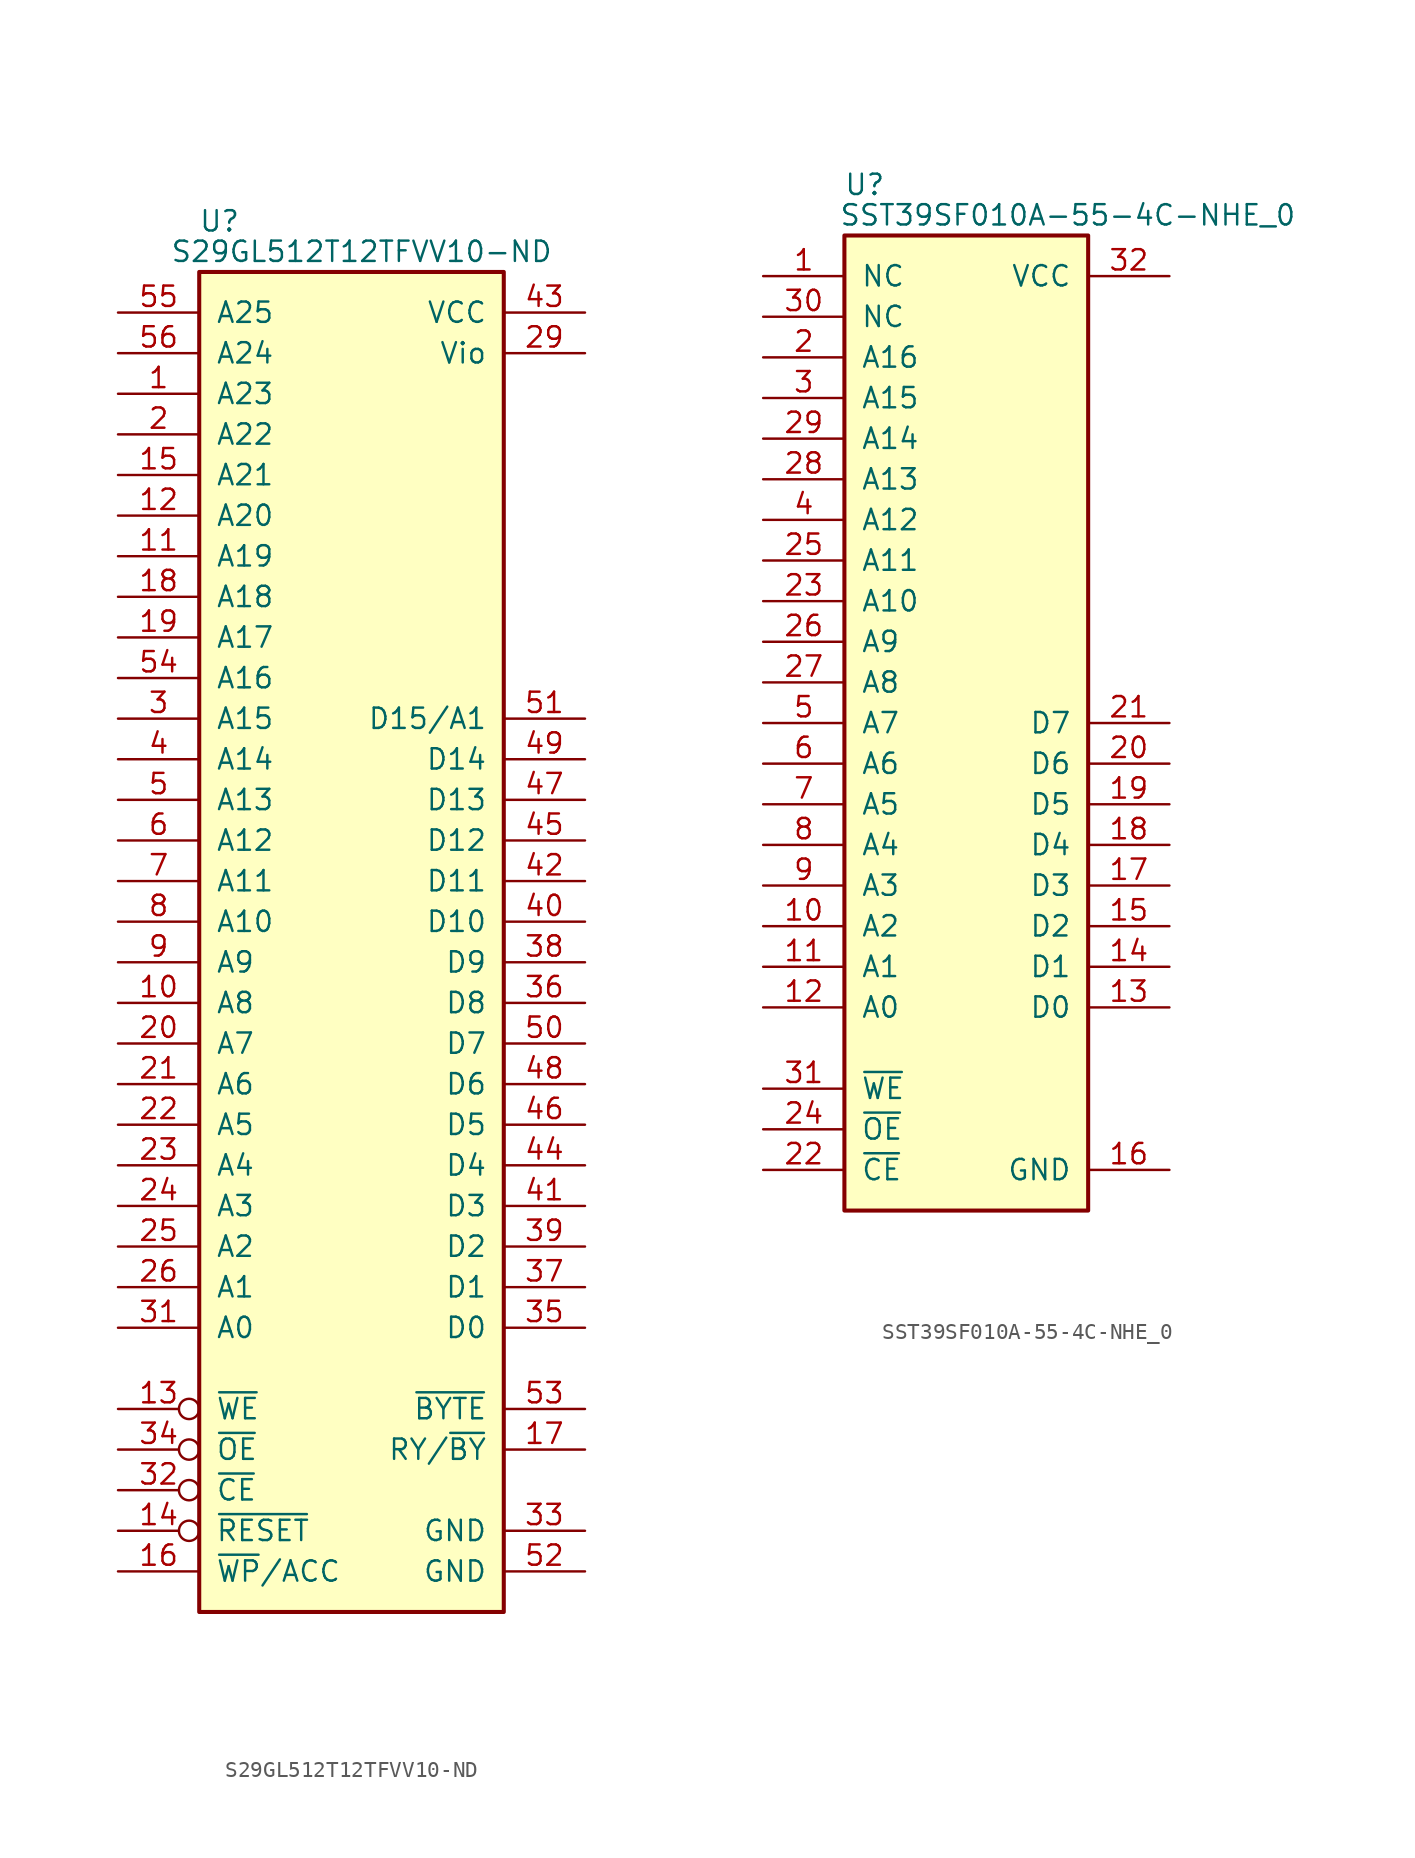
<source format=kicad_sym>
(kicad_symbol_lib
  (version 20211014)
  (generator kicad_symbol_editor)
  (symbol "S29GL512T12TFVV10-ND"
    (pin_names
      (offset 1.016))
    (property "Reference" "U"
      (at 1.27 3.175 0)
      (effects (font (size 1.27 1.27))))
    (property "Value" "S29GL512T12TFVV10-ND"
      (at 10.16 1.27 0)
      (effects (font (size 1.27 1.27))))
    (symbol "S29GL512T12TFVV10-ND_0_0"
      (pin power_in line (at 24.13 -5.08 180) (length 5.08) (name "Vio" (effects (font (size 1.27 1.27)))) (number "29" (effects (font (size 1.27 1.27)))))
      (pin power_in line (at 24.13 -2.54 180) (length 5.08) (name "VCC" (effects (font (size 1.27 1.27)))) (number "43" (effects (font (size 1.27 1.27))))))
    (symbol "S29GL512T12TFVV10-ND_0_1"
      (rectangle (start 19.05 -83.82) (end 0 0) (stroke (width 0.254) (type default) (color 0 0 0 0)) (fill (type background))))
    (symbol "S29GL512T12TFVV10-ND_1_0"
      (pin power_in line (at 24.13 -78.74 180) (length 5.08) (name "GND" (effects (font (size 1.27 1.27)))) (number "33" (effects (font (size 1.27 1.27)))))
      (pin power_in line (at 24.13 -81.28 180) (length 5.08) (name "GND" (effects (font (size 1.27 1.27)))) (number "52" (effects (font (size 1.27 1.27))))))
    (symbol "S29GL512T12TFVV10-ND_1_1"
      (pin input line (at -5.08 -7.62 0) (length 5.08) (name "A23" (effects (font (size 1.27 1.27)))) (number "1" (effects (font (size 1.27 1.27)))))
      (pin input line (at -5.08 -45.72 0) (length 5.08) (name "A8" (effects (font (size 1.27 1.27)))) (number "10" (effects (font (size 1.27 1.27)))))
      (pin input line (at -5.08 -17.78 0) (length 5.08) (name "A19" (effects (font (size 1.27 1.27)))) (number "11" (effects (font (size 1.27 1.27)))))
      (pin input line (at -5.08 -15.24 0) (length 5.08) (name "A20" (effects (font (size 1.27 1.27)))) (number "12" (effects (font (size 1.27 1.27)))))
      (pin input inverted (at -5.08 -71.12 0) (length 5.08) (name "~{WE}" (effects (font (size 1.27 1.27)))) (number "13" (effects (font (size 1.27 1.27)))))
      (pin input inverted (at -5.08 -78.74 0) (length 5.08) (name "~{RESET}" (effects (font (size 1.27 1.27)))) (number "14" (effects (font (size 1.27 1.27)))))
      (pin input line (at -5.08 -12.7 0) (length 5.08) (name "A21" (effects (font (size 1.27 1.27)))) (number "15" (effects (font (size 1.27 1.27)))))
      (pin input line (at -5.08 -81.28 0) (length 5.08) (name "~{WP}/ACC" (effects (font (size 1.27 1.27)))) (number "16" (effects (font (size 1.27 1.27)))))
      (pin output line (at 24.13 -73.66 180) (length 5.08) (name "RY/~{BY}" (effects (font (size 1.27 1.27)))) (number "17" (effects (font (size 1.27 1.27)))))
      (pin input line (at -5.08 -20.32 0) (length 5.08) (name "A18" (effects (font (size 1.27 1.27)))) (number "18" (effects (font (size 1.27 1.27)))))
      (pin input line (at -5.08 -22.86 0) (length 5.08) (name "A17" (effects (font (size 1.27 1.27)))) (number "19" (effects (font (size 1.27 1.27)))))
      (pin input line (at -5.08 -10.16 0) (length 5.08) (name "A22" (effects (font (size 1.27 1.27)))) (number "2" (effects (font (size 1.27 1.27)))))
      (pin input line (at -5.08 -48.26 0) (length 5.08) (name "A7" (effects (font (size 1.27 1.27)))) (number "20" (effects (font (size 1.27 1.27)))))
      (pin input line (at -5.08 -50.8 0) (length 5.08) (name "A6" (effects (font (size 1.27 1.27)))) (number "21" (effects (font (size 1.27 1.27)))))
      (pin input line (at -5.08 -53.34 0) (length 5.08) (name "A5" (effects (font (size 1.27 1.27)))) (number "22" (effects (font (size 1.27 1.27)))))
      (pin input line (at -5.08 -55.88 0) (length 5.08) (name "A4" (effects (font (size 1.27 1.27)))) (number "23" (effects (font (size 1.27 1.27)))))
      (pin input line (at -5.08 -58.42 0) (length 5.08) (name "A3" (effects (font (size 1.27 1.27)))) (number "24" (effects (font (size 1.27 1.27)))))
      (pin input line (at -5.08 -60.96 0) (length 5.08) (name "A2" (effects (font (size 1.27 1.27)))) (number "25" (effects (font (size 1.27 1.27)))))
      (pin input line (at -5.08 -63.5 0) (length 5.08) (name "A1" (effects (font (size 1.27 1.27)))) (number "26" (effects (font (size 1.27 1.27)))))
      (pin input line (at -5.08 -27.94 0) (length 5.08) (name "A15" (effects (font (size 1.27 1.27)))) (number "3" (effects (font (size 1.27 1.27)))))
      (pin input line (at -5.08 -66.04 0) (length 5.08) (name "A0" (effects (font (size 1.27 1.27)))) (number "31" (effects (font (size 1.27 1.27)))))
      (pin input inverted (at -5.08 -76.2 0) (length 5.08) (name "~{CE}" (effects (font (size 1.27 1.27)))) (number "32" (effects (font (size 1.27 1.27)))))
      (pin input inverted (at -5.08 -73.66 0) (length 5.08) (name "~{OE}" (effects (font (size 1.27 1.27)))) (number "34" (effects (font (size 1.27 1.27)))))
      (pin tri_state line (at 24.13 -66.04 180) (length 5.08) (name "D0" (effects (font (size 1.27 1.27)))) (number "35" (effects (font (size 1.27 1.27)))))
      (pin tri_state line (at 24.13 -45.72 180) (length 5.08) (name "D8" (effects (font (size 1.27 1.27)))) (number "36" (effects (font (size 1.27 1.27)))))
      (pin tri_state line (at 24.13 -63.5 180) (length 5.08) (name "D1" (effects (font (size 1.27 1.27)))) (number "37" (effects (font (size 1.27 1.27)))))
      (pin tri_state line (at 24.13 -43.18 180) (length 5.08) (name "D9" (effects (font (size 1.27 1.27)))) (number "38" (effects (font (size 1.27 1.27)))))
      (pin tri_state line (at 24.13 -60.96 180) (length 5.08) (name "D2" (effects (font (size 1.27 1.27)))) (number "39" (effects (font (size 1.27 1.27)))))
      (pin input line (at -5.08 -30.48 0) (length 5.08) (name "A14" (effects (font (size 1.27 1.27)))) (number "4" (effects (font (size 1.27 1.27)))))
      (pin tri_state line (at 24.13 -40.64 180) (length 5.08) (name "D10" (effects (font (size 1.27 1.27)))) (number "40" (effects (font (size 1.27 1.27)))))
      (pin tri_state line (at 24.13 -58.42 180) (length 5.08) (name "D3" (effects (font (size 1.27 1.27)))) (number "41" (effects (font (size 1.27 1.27)))))
      (pin tri_state line (at 24.13 -38.1 180) (length 5.08) (name "D11" (effects (font (size 1.27 1.27)))) (number "42" (effects (font (size 1.27 1.27)))))
      (pin tri_state line (at 24.13 -55.88 180) (length 5.08) (name "D4" (effects (font (size 1.27 1.27)))) (number "44" (effects (font (size 1.27 1.27)))))
      (pin tri_state line (at 24.13 -35.56 180) (length 5.08) (name "D12" (effects (font (size 1.27 1.27)))) (number "45" (effects (font (size 1.27 1.27)))))
      (pin tri_state line (at 24.13 -53.34 180) (length 5.08) (name "D5" (effects (font (size 1.27 1.27)))) (number "46" (effects (font (size 1.27 1.27)))))
      (pin tri_state line (at 24.13 -33.02 180) (length 5.08) (name "D13" (effects (font (size 1.27 1.27)))) (number "47" (effects (font (size 1.27 1.27)))))
      (pin tri_state line (at 24.13 -50.8 180) (length 5.08) (name "D6" (effects (font (size 1.27 1.27)))) (number "48" (effects (font (size 1.27 1.27)))))
      (pin tri_state line (at 24.13 -30.48 180) (length 5.08) (name "D14" (effects (font (size 1.27 1.27)))) (number "49" (effects (font (size 1.27 1.27)))))
      (pin input line (at -5.08 -33.02 0) (length 5.08) (name "A13" (effects (font (size 1.27 1.27)))) (number "5" (effects (font (size 1.27 1.27)))))
      (pin tri_state line (at 24.13 -48.26 180) (length 5.08) (name "D7" (effects (font (size 1.27 1.27)))) (number "50" (effects (font (size 1.27 1.27)))))
      (pin tri_state line (at 24.13 -27.94 180) (length 5.08) (name "D15/A1" (effects (font (size 1.27 1.27)))) (number "51" (effects (font (size 1.27 1.27)))))
      (pin input line (at 24.13 -71.12 180) (length 5.08) (name "~{BYTE}" (effects (font (size 1.27 1.27)))) (number "53" (effects (font (size 1.27 1.27)))))
      (pin input line (at -5.08 -25.4 0) (length 5.08) (name "A16" (effects (font (size 1.27 1.27)))) (number "54" (effects (font (size 1.27 1.27)))))
      (pin input line (at -5.08 -2.54 0) (length 5.08) (name "A25" (effects (font (size 1.27 1.27)))) (number "55" (effects (font (size 1.27 1.27)))))
      (pin input line (at -5.08 -5.08 0) (length 5.08) (name "A24" (effects (font (size 1.27 1.27)))) (number "56" (effects (font (size 1.27 1.27)))))
      (pin input line (at -5.08 -35.56 0) (length 5.08) (name "A12" (effects (font (size 1.27 1.27)))) (number "6" (effects (font (size 1.27 1.27)))))
      (pin input line (at -5.08 -38.1 0) (length 5.08) (name "A11" (effects (font (size 1.27 1.27)))) (number "7" (effects (font (size 1.27 1.27)))))
      (pin input line (at -5.08 -40.64 0) (length 5.08) (name "A10" (effects (font (size 1.27 1.27)))) (number "8" (effects (font (size 1.27 1.27)))))
      (pin input line (at -5.08 -43.18 0) (length 5.08) (name "A9" (effects (font (size 1.27 1.27)))) (number "9" (effects (font (size 1.27 1.27)))))))
  (symbol "SST39SF010A-55-4C-NHE_0"
    (pin_names
      (offset 1.016))
    (property "Reference" "U"
      (at 1.27 3.175 0)
      (effects (font (size 1.27 1.27))))
    (property "Value" "SST39SF010A-55-4C-NHE_0"
      (at 13.97 1.27 0)
      (effects (font (size 1.27 1.27))))
    (symbol "SST39SF010A-55-4C-NHE_0_0_0"
      (pin passive line (at 20.32 -2.54 180) (length 5.08) (name "VCC" (effects (font (size 1.27 1.27)))) (number "32" (effects (font (size 1.27 1.27))))))
    (symbol "SST39SF010A-55-4C-NHE_0_0_1"
      (rectangle (start 0 0) (end 15.24 -60.96) (stroke (width 0.254) (type default) (color 0 0 0 0)) (fill (type background))))
    (symbol "SST39SF010A-55-4C-NHE_0_1_0"
      (pin passive line (at 20.32 -58.42 180) (length 5.08) (name "GND" (effects (font (size 1.27 1.27)))) (number "16" (effects (font (size 1.27 1.27))))))
    (symbol "SST39SF010A-55-4C-NHE_0_1_1"
      (pin input line (at -5.08 -2.54 0) (length 5.08) (name "NC" (effects (font (size 1.27 1.27)))) (number "1" (effects (font (size 1.27 1.27)))))
      (pin input line (at -5.08 -43.18 0) (length 5.08) (name "A2" (effects (font (size 1.27 1.27)))) (number "10" (effects (font (size 1.27 1.27)))))
      (pin input line (at -5.08 -45.72 0) (length 5.08) (name "A1" (effects (font (size 1.27 1.27)))) (number "11" (effects (font (size 1.27 1.27)))))
      (pin input line (at -5.08 -48.26 0) (length 5.08) (name "A0" (effects (font (size 1.27 1.27)))) (number "12" (effects (font (size 1.27 1.27)))))
      (pin tri_state line (at 20.32 -48.26 180) (length 5.08) (name "D0" (effects (font (size 1.27 1.27)))) (number "13" (effects (font (size 1.27 1.27)))))
      (pin tri_state line (at 20.32 -45.72 180) (length 5.08) (name "D1" (effects (font (size 1.27 1.27)))) (number "14" (effects (font (size 1.27 1.27)))))
      (pin tri_state line (at 20.32 -43.18 180) (length 5.08) (name "D2" (effects (font (size 1.27 1.27)))) (number "15" (effects (font (size 1.27 1.27)))))
      (pin tri_state line (at 20.32 -40.64 180) (length 5.08) (name "D3" (effects (font (size 1.27 1.27)))) (number "17" (effects (font (size 1.27 1.27)))))
      (pin tri_state line (at 20.32 -38.1 180) (length 5.08) (name "D4" (effects (font (size 1.27 1.27)))) (number "18" (effects (font (size 1.27 1.27)))))
      (pin tri_state line (at 20.32 -35.56 180) (length 5.08) (name "D5" (effects (font (size 1.27 1.27)))) (number "19" (effects (font (size 1.27 1.27)))))
      (pin input line (at -5.08 -7.62 0) (length 5.08) (name "A16" (effects (font (size 1.27 1.27)))) (number "2" (effects (font (size 1.27 1.27)))))
      (pin tri_state line (at 20.32 -33.02 180) (length 5.08) (name "D6" (effects (font (size 1.27 1.27)))) (number "20" (effects (font (size 1.27 1.27)))))
      (pin tri_state line (at 20.32 -30.48 180) (length 5.08) (name "D7" (effects (font (size 1.27 1.27)))) (number "21" (effects (font (size 1.27 1.27)))))
      (pin passive line (at -5.08 -58.42 0) (length 5.08) (name "~{CE}" (effects (font (size 1.27 1.27)))) (number "22" (effects (font (size 1.27 1.27)))))
      (pin input line (at -5.08 -22.86 0) (length 5.08) (name "A10" (effects (font (size 1.27 1.27)))) (number "23" (effects (font (size 1.27 1.27)))))
      (pin passive line (at -5.08 -55.88 0) (length 5.08) (name "~{OE}" (effects (font (size 1.27 1.27)))) (number "24" (effects (font (size 1.27 1.27)))))
      (pin input line (at -5.08 -20.32 0) (length 5.08) (name "A11" (effects (font (size 1.27 1.27)))) (number "25" (effects (font (size 1.27 1.27)))))
      (pin input line (at -5.08 -25.4 0) (length 5.08) (name "A9" (effects (font (size 1.27 1.27)))) (number "26" (effects (font (size 1.27 1.27)))))
      (pin input line (at -5.08 -27.94 0) (length 5.08) (name "A8" (effects (font (size 1.27 1.27)))) (number "27" (effects (font (size 1.27 1.27)))))
      (pin input line (at -5.08 -15.24 0) (length 5.08) (name "A13" (effects (font (size 1.27 1.27)))) (number "28" (effects (font (size 1.27 1.27)))))
      (pin input line (at -5.08 -12.7 0) (length 5.08) (name "A14" (effects (font (size 1.27 1.27)))) (number "29" (effects (font (size 1.27 1.27)))))
      (pin input line (at -5.08 -10.16 0) (length 5.08) (name "A15" (effects (font (size 1.27 1.27)))) (number "3" (effects (font (size 1.27 1.27)))))
      (pin input line (at -5.08 -5.08 0) (length 5.08) (name "NC" (effects (font (size 1.27 1.27)))) (number "30" (effects (font (size 1.27 1.27)))))
      (pin passive line (at -5.08 -53.34 0) (length 5.08) (name "~{WE}" (effects (font (size 1.27 1.27)))) (number "31" (effects (font (size 1.27 1.27)))))
      (pin input line (at -5.08 -17.78 0) (length 5.08) (name "A12" (effects (font (size 1.27 1.27)))) (number "4" (effects (font (size 1.27 1.27)))))
      (pin input line (at -5.08 -30.48 0) (length 5.08) (name "A7" (effects (font (size 1.27 1.27)))) (number "5" (effects (font (size 1.27 1.27)))))
      (pin input line (at -5.08 -33.02 0) (length 5.08) (name "A6" (effects (font (size 1.27 1.27)))) (number "6" (effects (font (size 1.27 1.27)))))
      (pin input line (at -5.08 -35.56 0) (length 5.08) (name "A5" (effects (font (size 1.27 1.27)))) (number "7" (effects (font (size 1.27 1.27)))))
      (pin input line (at -5.08 -38.1 0) (length 5.08) (name "A4" (effects (font (size 1.27 1.27)))) (number "8" (effects (font (size 1.27 1.27)))))
      (pin input line (at -5.08 -40.64 0) (length 5.08) (name "A3" (effects (font (size 1.27 1.27)))) (number "9" (effects (font (size 1.27 1.27))))))))
</source>
